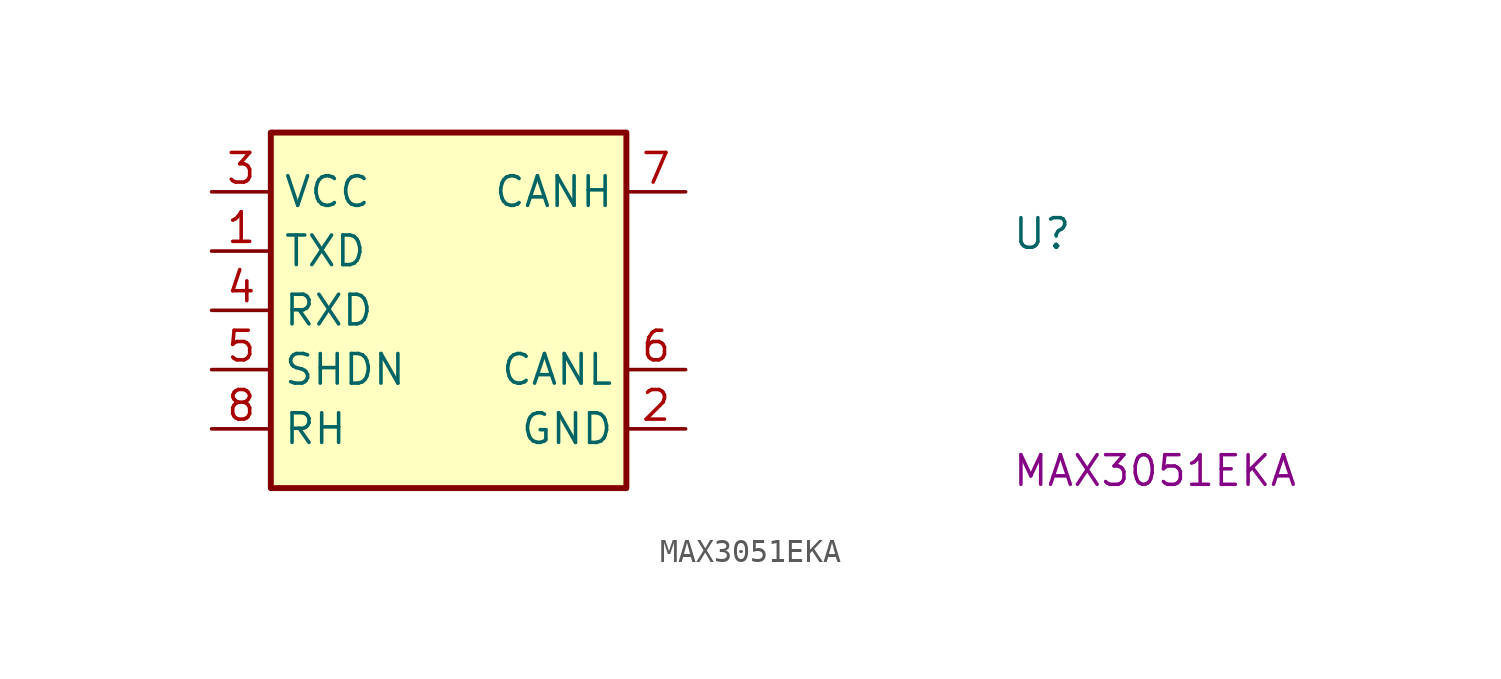
<source format=kicad_sym>
(kicad_symbol_lib
  (version 20220914)
  (generator kicad_symbol_editor)
  (symbol "MAX3051EKA"
    (property "Reference" "U"
      (at 34.29 -2.54 0)
      (effects (font (size 1.27 1.27) (thickness 0.15)) (justify left bottom)))
    (property "MPN" "MAX3051EKA"
      (at 34.29 -12.7 0)
      (effects (font (size 1.27 1.27) (thickness 0.15)) (justify left bottom)))
    (symbol "MAX3051EKA_1_1"
      (rectangle (start 2.54 2.54) (end 17.78 -12.7) (stroke (width 0.254) (type default)) (fill (type background)))
      (pin passive line (at 0 -2.54 0) (length 2.54) (name "TXD" (effects (font (size 1.27 1.27)))) (number "1" (effects (font (size 1.27 1.27)))))
      (pin passive line (at 20.32 -10.16 180) (length 2.54) (name "GND" (effects (font (size 1.27 1.27)))) (number "2" (effects (font (size 1.27 1.27)))))
      (pin passive line (at 0 0 0) (length 2.54) (name "VCC" (effects (font (size 1.27 1.27)))) (number "3" (effects (font (size 1.27 1.27)))))
      (pin passive line (at 0 -5.08 0) (length 2.54) (name "RXD" (effects (font (size 1.27 1.27)))) (number "4" (effects (font (size 1.27 1.27)))))
      (pin passive line (at 0 -7.62 0) (length 2.54) (name "SHDN" (effects (font (size 1.27 1.27)))) (number "5" (effects (font (size 1.27 1.27)))))
      (pin passive line (at 20.32 -7.62 180) (length 2.54) (name "CANL" (effects (font (size 1.27 1.27)))) (number "6" (effects (font (size 1.27 1.27)))))
      (pin passive line (at 20.32 0 180) (length 2.54) (name "CANH" (effects (font (size 1.27 1.27)))) (number "7" (effects (font (size 1.27 1.27)))))
      (pin passive line (at 0 -10.16 0) (length 2.54) (name "RH" (effects (font (size 1.27 1.27)))) (number "8" (effects (font (size 1.27 1.27))))))))
</source>
